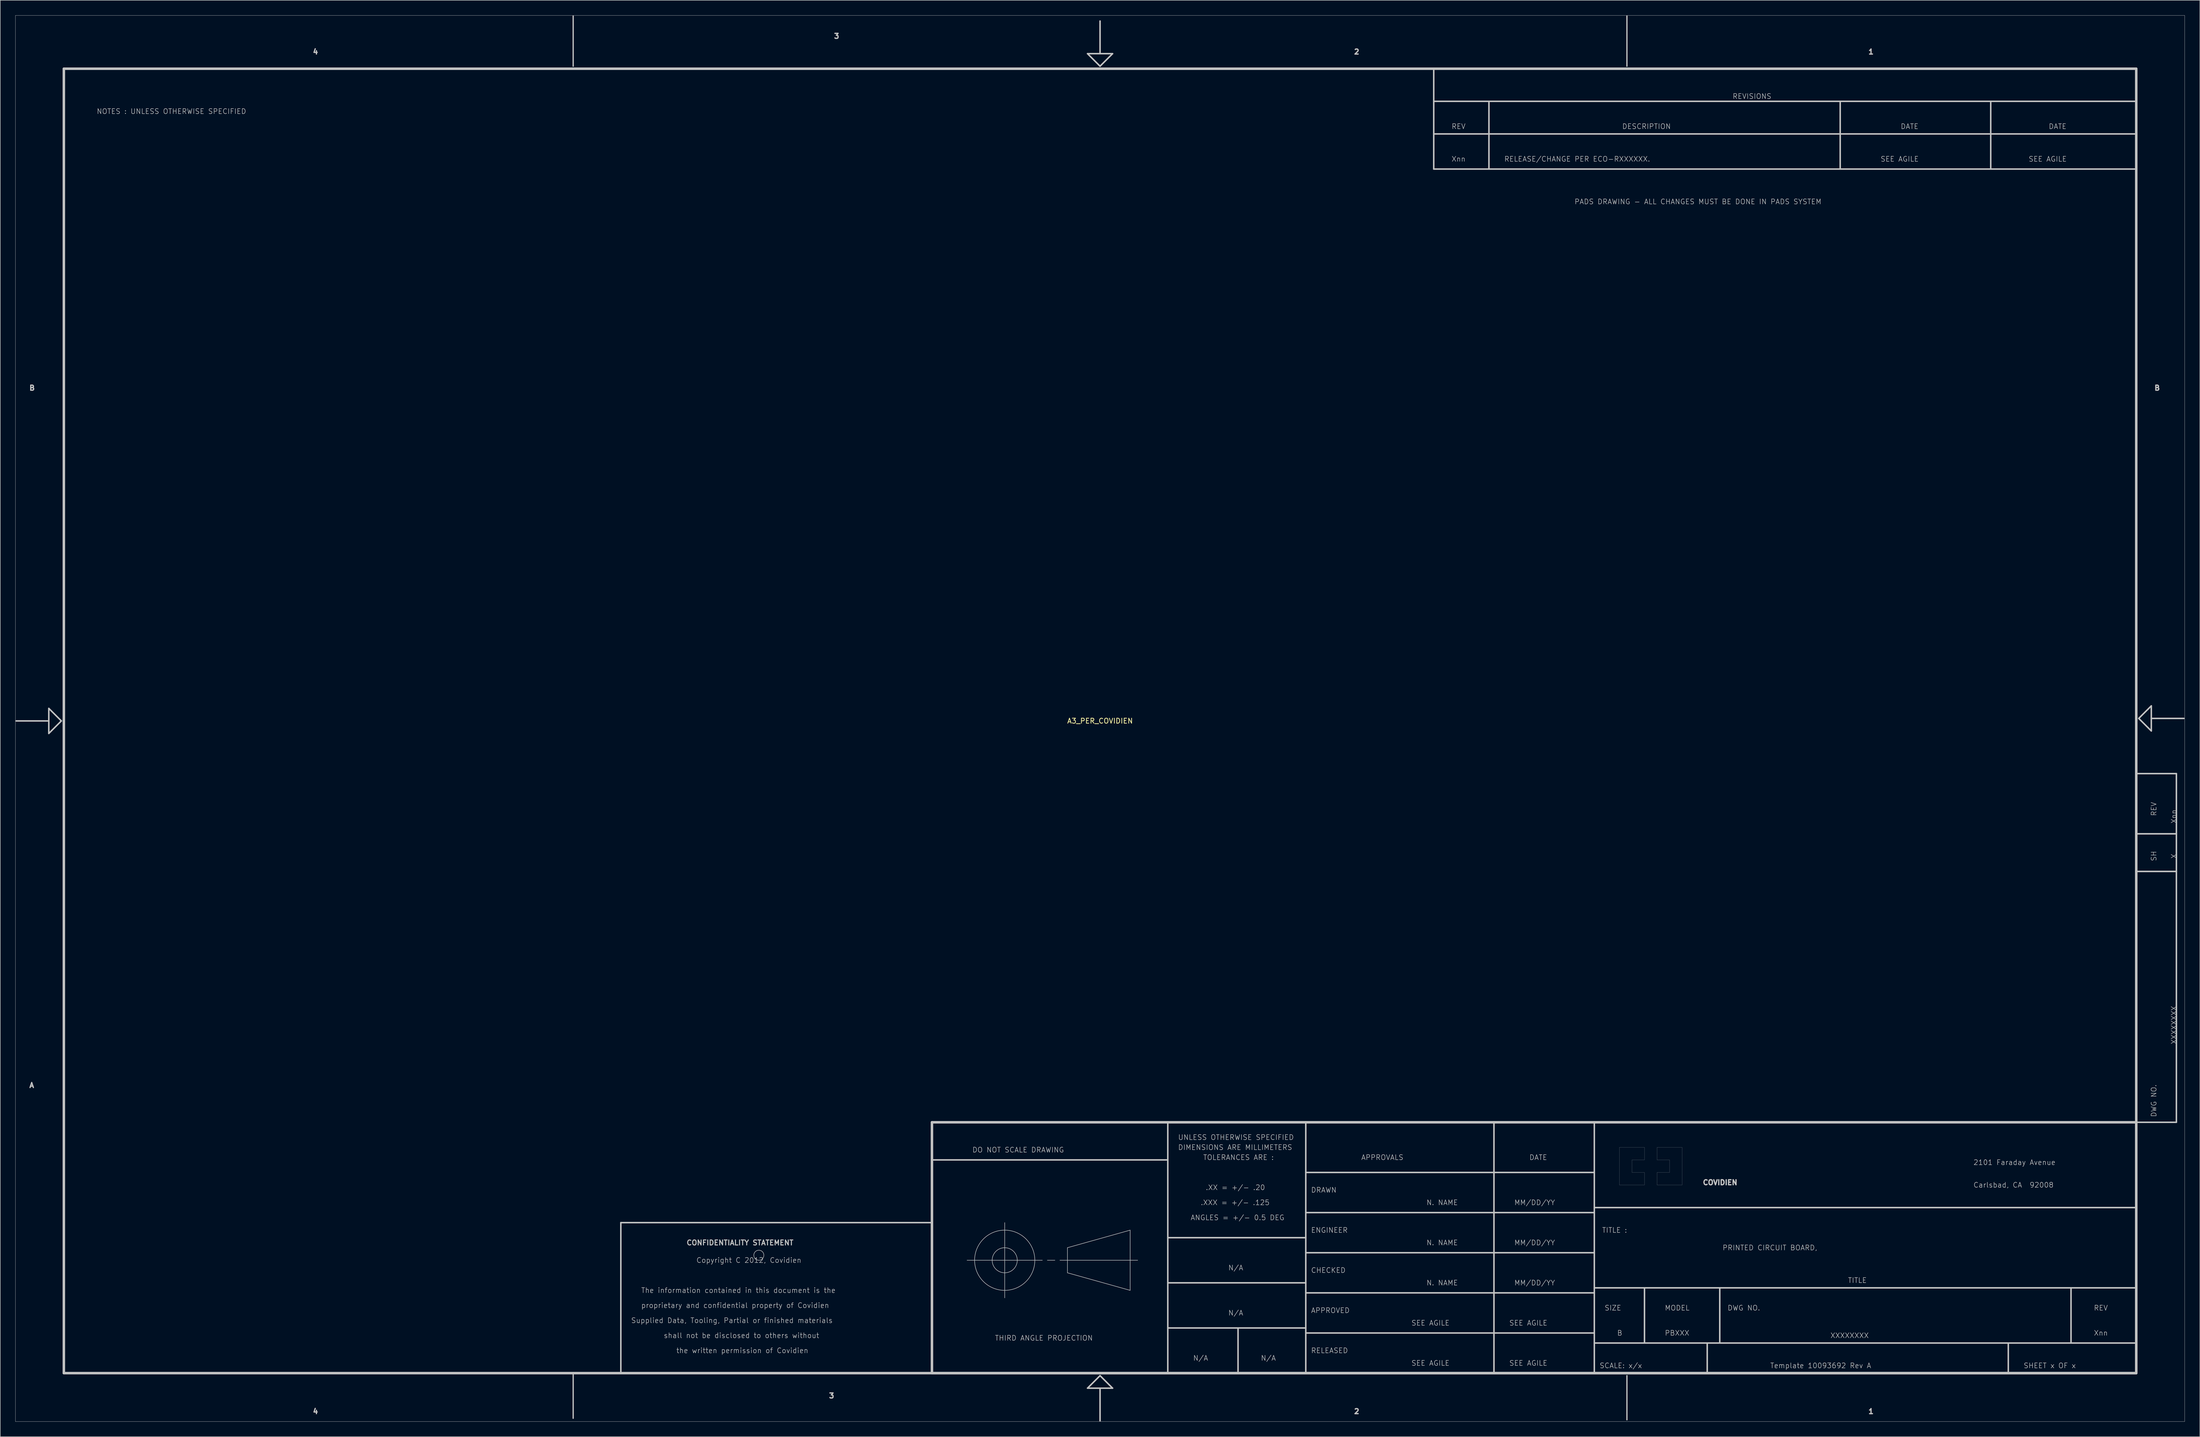
<source format=kicad_pcb>
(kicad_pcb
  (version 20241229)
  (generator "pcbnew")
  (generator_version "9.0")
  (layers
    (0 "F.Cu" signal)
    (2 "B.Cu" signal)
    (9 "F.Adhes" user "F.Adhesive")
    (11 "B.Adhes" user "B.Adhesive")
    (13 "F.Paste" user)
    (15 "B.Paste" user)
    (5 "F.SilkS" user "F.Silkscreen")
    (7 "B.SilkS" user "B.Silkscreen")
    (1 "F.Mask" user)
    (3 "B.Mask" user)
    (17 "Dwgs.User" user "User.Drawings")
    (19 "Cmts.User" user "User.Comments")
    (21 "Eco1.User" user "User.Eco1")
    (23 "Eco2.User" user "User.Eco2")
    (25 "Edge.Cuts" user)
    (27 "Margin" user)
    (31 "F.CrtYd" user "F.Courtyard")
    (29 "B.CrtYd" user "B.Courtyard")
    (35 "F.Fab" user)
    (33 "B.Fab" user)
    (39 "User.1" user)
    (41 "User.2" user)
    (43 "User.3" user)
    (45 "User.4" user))
  (footprint "A3_PER_COVIDIEN"
    (placed yes)
    (layer "F.Cu")
    (at 216.175 140.645)
    (property "Reference" "A3_PER_COVIDIEN" (at 0 0 0) (layer "F.SilkS") (effects (font (size 1 1) (thickness 0.15))))
    (attr through_hole)
    (fp_line (start -216.15 -140.62) (end 216.15 -140.62) (stroke (width 0.05) (type solid)) (layer "Dwgs.User"))
    (fp_line (start -216.15 139.65) (end -216.15 -140.62) (stroke (width 0.05) (type solid)) (layer "Dwgs.User"))
    (fp_line (start -216 0) (end -209.5 0) (stroke (width 0.3) (type solid)) (layer "Dwgs.User"))
    (fp_line (start -209.5 -2.5) (end -209.5 2.5) (stroke (width 0.3) (type solid)) (layer "Dwgs.User"))
    (fp_line (start -209.5 2.5) (end -207 0) (stroke (width 0.3) (type solid)) (layer "Dwgs.User"))
    (fp_line (start -207 0) (end -209.5 -2.5) (stroke (width 0.3) (type solid)) (layer "Dwgs.User"))
    (fp_line (start -206.5 -130) (end 206.5 -130) (stroke (width 0.5) (type solid)) (layer "Dwgs.User"))
    (fp_line (start -206.5 130) (end -206.5 -130) (stroke (width 0.5) (type solid)) (layer "Dwgs.User"))
    (fp_line (start -105 -140.495) (end -105 -130.5) (stroke (width 0.25) (type solid)) (layer "Dwgs.User"))
    (fp_line (start -105 139) (end -105 130.199) (stroke (width 0.25) (type solid)) (layer "Dwgs.User"))
    (fp_line (start -95.5 100) (end -95.5 130) (stroke (width 0.3) (type solid)) (layer "Dwgs.User"))
    (fp_line (start -95.5 130) (end -33.5 130) (stroke (width 0.3) (type solid)) (layer "Dwgs.User"))
    (fp_line (start -33.5 80) (end -33.5 130) (stroke (width 0.5) (type solid)) (layer "Dwgs.User"))
    (fp_line (start -33.5 100) (end -95.5 100) (stroke (width 0.3) (type solid)) (layer "Dwgs.User"))
    (fp_line (start -33.5 130) (end -33.5 100) (stroke (width 0.3) (type solid)) (layer "Dwgs.User"))
    (fp_line (start -33.5 130) (end 206.5 130) (stroke (width 0.5) (type solid)) (layer "Dwgs.User"))
    (fp_line (start -26.5 107.5) (end -11.5 107.5) (stroke (width 0.1) (type solid)) (layer "Dwgs.User"))
    (fp_line (start -19 100) (end -19 115) (stroke (width 0.1) (type solid)) (layer "Dwgs.User"))
    (fp_line (start -10.5 107.5) (end -9 107.5) (stroke (width 0.1) (type solid)) (layer "Dwgs.User"))
    (fp_line (start -8 107.5) (end 7.5 107.5) (stroke (width 0.1) (type solid)) (layer "Dwgs.User"))
    (fp_line (start -6.5 105) (end -6.5 110) (stroke (width 0.1) (type solid)) (layer "Dwgs.User"))
    (fp_line (start -6.5 110) (end 6 113.5) (stroke (width 0.1) (type solid)) (layer "Dwgs.User"))
    (fp_line (start -2.5 -133) (end 0 -130.5) (stroke (width 0.3) (type solid)) (layer "Dwgs.User"))
    (fp_line (start -2.5 133) (end 2.5 133) (stroke (width 0.3) (type solid)) (layer "Dwgs.User"))
    (fp_line (start 0 -139.5) (end 0 -133) (stroke (width 0.3) (type solid)) (layer "Dwgs.User"))
    (fp_line (start 0 -130.5) (end 2.5 -133) (stroke (width 0.3) (type solid)) (layer "Dwgs.User"))
    (fp_line (start 0 130.5) (end -2.5 133) (stroke (width 0.3) (type solid)) (layer "Dwgs.User"))
    (fp_line (start 0 139.5) (end 0 133) (stroke (width 0.3) (type solid)) (layer "Dwgs.User"))
    (fp_line (start 2.5 -133) (end -2.5 -133) (stroke (width 0.3) (type solid)) (layer "Dwgs.User"))
    (fp_line (start 2.5 133) (end 0 130.5) (stroke (width 0.3) (type solid)) (layer "Dwgs.User"))
    (fp_line (start 6 101.5) (end -6.5 105) (stroke (width 0.1) (type solid)) (layer "Dwgs.User"))
    (fp_line (start 6 113.5) (end 6 101.5) (stroke (width 0.1) (type solid)) (layer "Dwgs.User"))
    (fp_line (start 13.5 87.5) (end -33.5 87.5) (stroke (width 0.3) (type solid)) (layer "Dwgs.User"))
    (fp_line (start 13.5 130) (end 13.5 80) (stroke (width 0.3) (type solid)) (layer "Dwgs.User"))
    (fp_line (start 27.5 130) (end 27.5 121) (stroke (width 0.3) (type solid)) (layer "Dwgs.User"))
    (fp_line (start 41 103) (end 13.5 103) (stroke (width 0.3) (type solid)) (layer "Dwgs.User"))
    (fp_line (start 41 112) (end 13.5 112) (stroke (width 0.3) (type solid)) (layer "Dwgs.User"))
    (fp_line (start 41 121) (end 13.5 121) (stroke (width 0.3) (type solid)) (layer "Dwgs.User"))
    (fp_line (start 41 130) (end 41 80) (stroke (width 0.3) (type solid)) (layer "Dwgs.User"))
    (fp_line (start 66.5 -130) (end 206.5 -130) (stroke (width 0.3) (type solid)) (layer "Dwgs.User"))
    (fp_line (start 66.5 -123.5) (end 206.5 -123.5) (stroke (width 0.3) (type solid)) (layer "Dwgs.User"))
    (fp_line (start 66.5 -117) (end 206.5 -117) (stroke (width 0.3) (type solid)) (layer "Dwgs.User"))
    (fp_line (start 66.5 -110) (end 66.5 -130) (stroke (width 0.3) (type solid)) (layer "Dwgs.User"))
    (fp_line (start 77.5 -123.5) (end 77.5 -110) (stroke (width 0.3) (type solid)) (layer "Dwgs.User"))
    (fp_line (start 78.5 130) (end 78.5 80) (stroke (width 0.3) (type solid)) (layer "Dwgs.User"))
    (fp_line (start 98.5 90) (end 41 90) (stroke (width 0.3) (type solid)) (layer "Dwgs.User"))
    (fp_line (start 98.5 97) (end 206.5 97) (stroke (width 0.3) (type solid)) (layer "Dwgs.User"))
    (fp_line (start 98.5 98) (end 41 98) (stroke (width 0.3) (type solid)) (layer "Dwgs.User"))
    (fp_line (start 98.5 106) (end 41 106) (stroke (width 0.3) (type solid)) (layer "Dwgs.User"))
    (fp_line (start 98.5 113) (end 206.5 113) (stroke (width 0.3) (type solid)) (layer "Dwgs.User"))
    (fp_line (start 98.5 114) (end 41 114) (stroke (width 0.3) (type solid)) (layer "Dwgs.User"))
    (fp_line (start 98.5 122) (end 41 122) (stroke (width 0.3) (type solid)) (layer "Dwgs.User"))
    (fp_line (start 98.5 124) (end 206.5 124) (stroke (width 0.3) (type solid)) (layer "Dwgs.User"))
    (fp_line (start 98.5 130) (end 98.5 80) (stroke (width 0.3) (type solid)) (layer "Dwgs.User"))
    (fp_line (start 105 -140.495) (end 105 -130.5) (stroke (width 0.25) (type solid)) (layer "Dwgs.User"))
    (fp_line (start 105 139.301) (end 105 130.5) (stroke (width 0.25) (type solid)) (layer "Dwgs.User"))
    (fp_line (start 108.5 113) (end 108.5 124) (stroke (width 0.3) (type solid)) (layer "Dwgs.User"))
    (fp_line (start 121 124) (end 121 130) (stroke (width 0.3) (type solid)) (layer "Dwgs.User"))
    (fp_line (start 123.5 113) (end 123.5 124) (stroke (width 0.3) (type solid)) (layer "Dwgs.User"))
    (fp_line (start 147.5 -123.5) (end 147.5 -110) (stroke (width 0.3) (type solid)) (layer "Dwgs.User"))
    (fp_line (start 177.5 -123.5) (end 177.5 -110) (stroke (width 0.3) (type solid)) (layer "Dwgs.User"))
    (fp_line (start 181 124) (end 181 130) (stroke (width 0.3) (type solid)) (layer "Dwgs.User"))
    (fp_line (start 193.5 113) (end 193.5 124) (stroke (width 0.3) (type solid)) (layer "Dwgs.User"))
    (fp_line (start 206.5 -130) (end 206.5 -110) (stroke (width 0.3) (type solid)) (layer "Dwgs.User"))
    (fp_line (start 206.5 -130) (end 206.5 130) (stroke (width 0.5) (type solid)) (layer "Dwgs.User"))
    (fp_line (start 206.5 -110) (end 66.5 -110) (stroke (width 0.3) (type solid)) (layer "Dwgs.User"))
    (fp_line (start 206.5 10.5) (end 206.5 80) (stroke (width 0.3) (type solid)) (layer "Dwgs.User"))
    (fp_line (start 206.5 22.5) (end 214.5 22.5) (stroke (width 0.3) (type solid)) (layer "Dwgs.User"))
    (fp_line (start 206.5 30) (end 214.5 30) (stroke (width 0.3) (type solid)) (layer "Dwgs.User"))
    (fp_line (start 206.5 80) (end -33.5 80) (stroke (width 0.5) (type solid)) (layer "Dwgs.User"))
    (fp_line (start 206.5 80) (end 214.5 80) (stroke (width 0.3) (type solid)) (layer "Dwgs.User"))
    (fp_line (start 206.5 130) (end -206.5 130) (stroke (width 0.5) (type solid)) (layer "Dwgs.User"))
    (fp_line (start 206.5 130) (end 206.5 80) (stroke (width 0.5) (type solid)) (layer "Dwgs.User"))
    (fp_line (start 207 -0.5) (end 209.5 2) (stroke (width 0.3) (type solid)) (layer "Dwgs.User"))
    (fp_line (start 209.5 -3) (end 207 -0.5) (stroke (width 0.3) (type solid)) (layer "Dwgs.User"))
    (fp_line (start 209.5 2) (end 209.5 -3) (stroke (width 0.3) (type solid)) (layer "Dwgs.User"))
    (fp_line (start 214.5 10.5) (end 206.5 10.5) (stroke (width 0.3) (type solid)) (layer "Dwgs.User"))
    (fp_line (start 214.5 22.5) (end 206.5 22.5) (stroke (width 0.3) (type solid)) (layer "Dwgs.User"))
    (fp_line (start 214.5 30) (end 206.5 30) (stroke (width 0.3) (type solid)) (layer "Dwgs.User"))
    (fp_line (start 214.5 80) (end 214.5 10.5) (stroke (width 0.3) (type solid)) (layer "Dwgs.User"))
    (fp_line (start 216 -0.5) (end 209.5 -0.5) (stroke (width 0.3) (type solid)) (layer "Dwgs.User"))
    (fp_line (start 216.15 -140.62) (end 216.15 139.65) (stroke (width 0.05) (type solid)) (layer "Dwgs.User"))
    (fp_line (start 216.15 139.65) (end -216.15 139.65) (stroke (width 0.05) (type solid)) (layer "Dwgs.User"))
    (fp_arc (start -67 106.5) (mid -69 106.5) (end -67 106.5) (stroke (width 0.1) (type solid)) (layer "Dwgs.User"))
    (fp_arc (start -16.5 107.5) (mid -21.5 107.5) (end -16.5 107.5) (stroke (width 0.1) (type solid)) (layer "Dwgs.User"))
    (fp_arc (start -13 107.5) (mid -25 107.5) (end -13 107.5) (stroke (width 0.1) (type solid)) (layer "Dwgs.User"))
    (fp_poly (pts (xy 103.5 92.5) (xy 103.5 85) (xy 108.5 85) (xy 108.5 87.5) (xy 106 87.5) (xy 106 90) (xy 108.5 90) (xy 108.5 92.5)) (stroke (width 0.02) (type solid)) (fill no) (layer "Dwgs.User"))
    (fp_poly (pts (xy 116 85) (xy 116 92.5) (xy 111 92.5) (xy 111 90) (xy 113.5 90) (xy 113.5 87.5) (xy 111 87.5) (xy 111 85)) (stroke (width 0.02) (type solid)) (fill no) (layer "Dwgs.User"))
    (fp_text user "PADS DRAWING - ALL CHANGES MUST BE DONE IN PADS SYSTEM" (at 94.5 -103.5 0) (layer "Dwgs.User") (effects (font (size 1 1) (thickness 0.1)) (justify left)))
    (fp_text user "PBXXX" (at 112.5 122 0) (layer "Dwgs.User") (effects (font (size 1 1) (thickness 0.1)) (justify left)))
    (fp_text user "THIRD ANGLE PROJECTION" (at -21 123 0) (layer "Dwgs.User") (effects (font (size 1 1) (thickness 0.1)) (justify left)))
    (fp_text user "SEE AGILE" (at 62 128 0) (layer "Dwgs.User") (effects (font (size 1 1) (thickness 0.1)) (justify left)))
    (fp_text user "APPROVED" (at 42 117.5 0) (layer "Dwgs.User") (effects (font (size 1 1) (thickness 0.1)) (justify left)))
    (fp_text user "SHEET x OF x" (at 184 128.5 0) (layer "Dwgs.User") (effects (font (size 1 1) (thickness 0.1)) (justify left)))
    (fp_text user "REVISIONS" (at 126 -124.5 0) (layer "Dwgs.User") (effects (font (size 1 1) (thickness 0.1)) (justify left)))
    (fp_text user "DWG NO." (at 210 79 270) (layer "Dwgs.User") (effects (font (size 1 1) (thickness 0.1)) (justify left)))
    (fp_text user "B" (at 210.002 -66.375 0) (layer "Dwgs.User") (effects (font (size 1 1) (thickness 0.508)) (justify left)))
    (fp_text user "NOTES : UNLESS OTHERWISE SPECIFIED" (at -200 -121.5 0) (layer "Dwgs.User") (effects (font (size 1 1) (thickness 0.1)) (justify left)))
    (fp_text user "MM/DD/YY" (at 82.5 104 0) (layer "Dwgs.User") (effects (font (size 1 1) (thickness 0.1)) (justify left)))
    (fp_text user "DATE" (at 159.5 -118.5 0) (layer "Dwgs.User") (effects (font (size 1 1) (thickness 0.1)) (justify left)))
    (fp_text user "TOLERANCES ARE :" (at 20.5 87 0) (layer "Dwgs.User") (effects (font (size 1 1) (thickness 0.1)) (justify left)))
    (fp_text user "N. NAME" (at 65 112 0) (layer "Dwgs.User") (effects (font (size 1 1) (thickness 0.1)) (justify left)))
    (fp_text user "Carlsbad, CA  92008" (at 174 92.5 0) (layer "Dwgs.User") (effects (font (size 1 1) (thickness 0.1)) (justify left)))
    (fp_text user "CONFIDENTIALITY STATEMENT" (at -82.5 104 0) (layer "Dwgs.User") (effects (font (size 1 1) (thickness 0.2)) (justify left)))
    (fp_text user "X" (at 214 27.5 270) (layer "Dwgs.User") (effects (font (size 1 1) (thickness 0.1)) (justify left)))
    (fp_text user "SEE AGILE" (at 185 -112 0) (layer "Dwgs.User") (effects (font (size 1 1) (thickness 0.1)) (justify left)))
    (fp_text user "SCALE: x/x" (at 99.5 128.5 0) (layer "Dwgs.User") (effects (font (size 1 1) (thickness 0.1)) (justify left)))
    (fp_text user "TITLE :" (at 100 101.5 0) (layer "Dwgs.User") (effects (font (size 1 1) (thickness 0.1)) (justify left)))
    (fp_text user "XXXXXXXX" (at 214 64.5 270) (layer "Dwgs.User") (effects (font (size 1 1) (thickness 0.1)) (justify left)))
    (fp_text user "UNLESS OTHERWISE SPECIFIED" (at 15.5 83 0) (layer "Dwgs.User") (effects (font (size 1 1) (thickness 0.1)) (justify left)))
    (fp_text user "3" (at -53.5 134.5 0) (layer "Dwgs.User") (effects (font (size 1 1) (thickness 0.508))))
    (fp_text user "The information contained in this document is the" (at -91.5 113.5 0) (layer "Dwgs.User") (effects (font (size 1 1) (thickness 0.1)) (justify left)))
    (fp_text user "2" (at 50.502 137.625 0) (layer "Dwgs.User") (effects (font (size 1 1) (thickness 0.508)) (justify left)))
    (fp_text user "REV" (at 210 19 270) (layer "Dwgs.User") (effects (font (size 1 1) (thickness 0.1)) (justify left)))
    (fp_text user "SEE AGILE" (at 81.5 128 0) (layer "Dwgs.User") (effects (font (size 1 1) (thickness 0.1)) (justify left)))
    (fp_text user "3" (at -52.5 -136.5 0) (layer "Dwgs.User") (effects (font (size 1 1) (thickness 0.508))))
    (fp_text user "MM/DD/YY" (at 82.5 112 0) (layer "Dwgs.User") (effects (font (size 1 1) (thickness 0.1)) (justify left)))
    (fp_text user ".XX = +/- .20" (at 21 93 0) (layer "Dwgs.User") (effects (font (size 1 1) (thickness 0.1)) (justify left)))
    (fp_text user "1" (at 153.002 137.625 0) (layer "Dwgs.User") (effects (font (size 1 1) (thickness 0.508)) (justify left)))
    (fp_text user "ENGINEER" (at 42 101.5 0) (layer "Dwgs.User") (effects (font (size 1 1) (thickness 0.1)) (justify left)))
    (fp_text user "N/A" (at 25.5 109 0) (layer "Dwgs.User") (effects (font (size 1 1) (thickness 0.1)) (justify left)))
    (fp_text user "REV" (at 70 -118.5 0) (layer "Dwgs.User") (effects (font (size 1 1) (thickness 0.1)) (justify left)))
    (fp_text user "shall not be disclosed to others without" (at -87 122.5 0) (layer "Dwgs.User") (effects (font (size 1 1) (thickness 0.1)) (justify left)))
    (fp_text user "DRAWN" (at 42 93.5 0) (layer "Dwgs.User") (effects (font (size 1 1) (thickness 0.1)) (justify left)))
    (fp_text user "DESCRIPTION" (at 104 -118.5 0) (layer "Dwgs.User") (effects (font (size 1 1) (thickness 0.1)) (justify left)))
    (fp_text user "Copyright C 2012, Covidien" (at -80.5 107.5 0) (layer "Dwgs.User") (effects (font (size 1 1) (thickness 0.1)) (justify left)))
    (fp_text user "CHECKED" (at 42 109.5 0) (layer "Dwgs.User") (effects (font (size 1 1) (thickness 0.1)) (justify left)))
    (fp_text user "2" (at 50.502 -133.375 0) (layer "Dwgs.User") (effects (font (size 1 1) (thickness 0.508)) (justify left)))
    (fp_text user "DIMENSIONS ARE MILLIMETERS" (at 15.5 85 0) (layer "Dwgs.User") (effects (font (size 1 1) (thickness 0.1)) (justify left)))
    (fp_text user "Supplied Data, Tooling, Partial or finished materials" (at -93.5 119.5 0) (layer "Dwgs.User") (effects (font (size 1 1) (thickness 0.1)) (justify left)))
    (fp_text user "RELEASE/CHANGE PER ECO-RXXXXXX." (at 80.5 -112 0) (layer "Dwgs.User") (effects (font (size 1 1) (thickness 0.1)) (justify left)))
    (fp_text user "ANGLES = +/- 0.5 DEG" (at 18 99 0) (layer "Dwgs.User") (effects (font (size 1 1) (thickness 0.1)) (justify left)))
    (fp_text user "N. NAME" (at 65 104 0) (layer "Dwgs.User") (effects (font (size 1 1) (thickness 0.1)) (justify left)))
    (fp_text user "TITLE" (at 149 111.5 0) (layer "Dwgs.User") (effects (font (size 1 1) (thickness 0.1)) (justify left)))
    (fp_text user "DO NOT SCALE DRAWING" (at -25.5 85.5 0) (layer "Dwgs.User") (effects (font (size 1 1) (thickness 0.1)) (justify left)))
    (fp_text user "N/A" (at 18.5 127 0) (layer "Dwgs.User") (effects (font (size 1 1) (thickness 0.1)) (justify left)))
    (fp_text user "SEE AGILE" (at 155.5 -112 0) (layer "Dwgs.User") (effects (font (size 1 1) (thickness 0.1)) (justify left)))
    (fp_text user "proprietary and confidential property of Covidien" (at -91.5 116.5 0) (layer "Dwgs.User") (effects (font (size 1 1) (thickness 0.1)) (justify left)))
    (fp_text user "2101 Faraday Avenue" (at 174 88 0) (layer "Dwgs.User") (effects (font (size 1 1) (thickness 0.1)) (justify left)))
    (fp_text user "N. NAME" (at 65 96 0) (layer "Dwgs.User") (effects (font (size 1 1) (thickness 0.1)) (justify left)))
    (fp_text user "DATE" (at 85.5 87 0) (layer "Dwgs.User") (effects (font (size 1 1) (thickness 0.1)) (justify left)))
    (fp_text user "DWG NO." (at 125 117 0) (layer "Dwgs.User") (effects (font (size 1 1) (thickness 0.1)) (justify left)))
    (fp_text user "4" (at -156.998 137.625 0) (layer "Dwgs.User") (effects (font (size 1 1) (thickness 0.508)) (justify left)))
    (fp_text user "Xnn" (at 214 20.5 270) (layer "Dwgs.User") (effects (font (size 1 1) (thickness 0.1)) (justify left)))
    (fp_text user "SH" (at 210 28 270) (layer "Dwgs.User") (effects (font (size 1 1) (thickness 0.1)) (justify left)))
    (fp_text user "SEE AGILE" (at 62 120 0) (layer "Dwgs.User") (effects (font (size 1 1) (thickness 0.1)) (justify left)))
    (fp_text user "Xnn" (at 70 -112 0) (layer "Dwgs.User") (effects (font (size 1 1) (thickness 0.1)) (justify left)))
    (fp_text user "Template 10093692 Rev A " (at 133.5 128.5 0) (layer "Dwgs.User") (effects (font (size 1 1) (thickness 0.1)) (justify left)))
    (fp_text user "Xnn" (at 198 122 0) (layer "Dwgs.User") (effects (font (size 1 1) (thickness 0.1)) (justify left)))
    (fp_text user "RELEASED" (at 42 125.5 0) (layer "Dwgs.User") (effects (font (size 1 1) (thickness 0.1)) (justify left)))
    (fp_text user "REV" (at 198 117 0) (layer "Dwgs.User") (effects (font (size 1 1) (thickness 0.1)) (justify left)))
    (fp_text user "COVIDIEN" (at 120 92 0) (layer "Dwgs.User") (effects (font (size 1 1) (thickness 0.3)) (justify left)))
    (fp_text user "the written permission of Covidien" (at -84.5 125.5 0) (layer "Dwgs.User") (effects (font (size 1 1) (thickness 0.1)) (justify left)))
    (fp_text user "SEE AGILE" (at 81.5 120 0) (layer "Dwgs.User") (effects (font (size 1 1) (thickness 0.1)) (justify left)))
    (fp_text user "APPROVALS" (at 52 87 0) (layer "Dwgs.User") (effects (font (size 1 1) (thickness 0.1)) (justify left)))
    (fp_text user "4" (at -156.998 -133.375 0) (layer "Dwgs.User") (effects (font (size 1 1) (thickness 0.508)) (justify left)))
    (fp_text user "MM/DD/YY" (at 82.5 96 0) (layer "Dwgs.User") (effects (font (size 1 1) (thickness 0.1)) (justify left)))
    (fp_text user ".XXX = +/- .125" (at 20 96 0) (layer "Dwgs.User") (effects (font (size 1 1) (thickness 0.1)) (justify left)))
    (fp_text user "N/A" (at 25.5 118 0) (layer "Dwgs.User") (effects (font (size 1 1) (thickness 0.1)) (justify left)))
    (fp_text user "B" (at 103 122 0) (layer "Dwgs.User") (effects (font (size 1 1) (thickness 0.1)) (justify left)))
    (fp_text user "A" (at -213.498 72.625 0) (layer "Dwgs.User") (effects (font (size 1 1) (thickness 0.508)) (justify left)))
    (fp_text user "MODEL" (at 112.5 117 0) (layer "Dwgs.User") (effects (font (size 1 1) (thickness 0.1)) (justify left)))
    (fp_text user "1" (at 153.002 -133.375 0) (layer "Dwgs.User") (effects (font (size 1 1) (thickness 0.508)) (justify left)))
    (fp_text user "PRINTED CIRCUIT BOARD," (at 124 105 0) (layer "Dwgs.User") (effects (font (size 1 1) (thickness 0.1)) (justify left)))
    (fp_text user "SIZE" (at 100.5 117 0) (layer "Dwgs.User") (effects (font (size 1 1) (thickness 0.1)) (justify left)))
    (fp_text user "DATE" (at 189 -118.5 0) (layer "Dwgs.User") (effects (font (size 1 1) (thickness 0.1)) (justify left)))
    (fp_text user "B" (at -213.498 -66.375 0) (layer "Dwgs.User") (effects (font (size 1 1) (thickness 0.508)) (justify left)))
    (fp_text user "N/A" (at 32 127 0) (layer "Dwgs.User") (effects (font (size 1 1) (thickness 0.1)) (justify left)))
    (fp_text user "XXXXXXXX" (at 145.5 122.5 0) (layer "Dwgs.User") (effects (font (size 1 1) (thickness 0.1)) (justify left))))
  (gr_rect
    (start -3 -3)
    (end 435.35 283.32)
    (stroke (width 0.1) (type default))
    (fill no)
    (layer "Edge.Cuts")))
</source>
